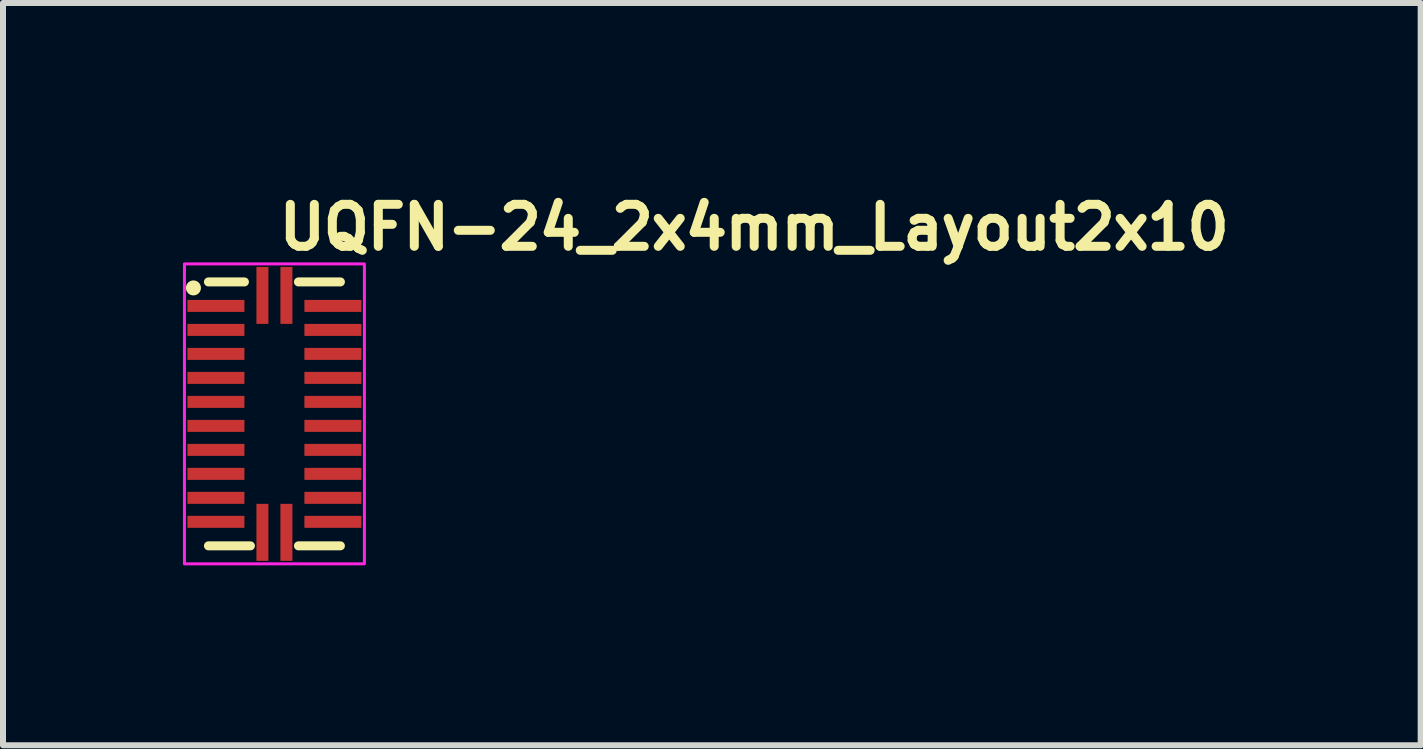
<source format=kicad_pcb>
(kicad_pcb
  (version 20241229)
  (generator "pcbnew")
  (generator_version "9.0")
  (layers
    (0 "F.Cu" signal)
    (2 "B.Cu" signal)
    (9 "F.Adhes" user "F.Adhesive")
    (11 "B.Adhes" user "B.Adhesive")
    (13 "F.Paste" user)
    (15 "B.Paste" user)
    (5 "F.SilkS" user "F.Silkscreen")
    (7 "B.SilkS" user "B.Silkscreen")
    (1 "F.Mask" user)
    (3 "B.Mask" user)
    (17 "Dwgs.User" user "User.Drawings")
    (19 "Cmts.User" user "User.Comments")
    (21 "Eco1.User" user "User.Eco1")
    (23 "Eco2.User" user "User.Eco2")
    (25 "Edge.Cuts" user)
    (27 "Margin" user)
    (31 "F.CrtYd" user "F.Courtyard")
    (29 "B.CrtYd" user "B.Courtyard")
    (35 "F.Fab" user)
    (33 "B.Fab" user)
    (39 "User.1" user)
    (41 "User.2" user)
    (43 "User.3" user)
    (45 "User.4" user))
  (footprint "UQFN-24_2x4mm_Layout2x10"
    (layer "F.Cu")
    (at 1.525 3.85)
    (property "Reference" "UQFN-24_2x4mm_Layout2x10" (at 0 -2.7 0) (unlocked yes) (layer "F.SilkS") (effects (font (size 0.7 0.7) (thickness 0.15)) (justify left bottom)))
    (attr smd)
    (fp_line (start -0.5 -2.2) (end -1.1 -2.2) (stroke (width 0.15) (type solid)) (layer "F.SilkS"))
    (fp_line (start -0.4 2.2) (end -1.1 2.2) (stroke (width 0.15) (type solid)) (layer "F.SilkS"))
    (fp_line (start 1.1 -2.2) (end 0.4 -2.2) (stroke (width 0.15) (type solid)) (layer "F.SilkS"))
    (fp_line (start 1.1 2.2) (end 0.4 2.2) (stroke (width 0.15) (type solid)) (layer "F.SilkS"))
    (fp_circle (center -1.35 -2.1) (end -1.3 -2.1) (stroke (width 0.15) (type solid)) (fill yes) (layer "F.SilkS"))
    (fp_rect (start -1.5 -2.5) (end 1.5 2.5) (stroke (width 0.05) (type solid)) (fill no) (layer "F.CrtYd"))
    (fp_rect (start -1 -2) (end 1 2) (stroke (width 0.1) (type solid)) (fill no) (layer "User.5"))
    (fp_line (start -1 -2) (end -1 2) (stroke (width 0.02) (type solid)) (layer "User.9"))
    (fp_line (start -1 2) (end 1 2) (stroke (width 0.02) (type solid)) (layer "User.9"))
    (fp_line (start 1 -2) (end -1 -2) (stroke (width 0.02) (type solid)) (layer "User.9"))
    (fp_line (start 1 2) (end 1 -2) (stroke (width 0.02) (type solid)) (layer "User.9"))
    (pad "1" smd rect (at -0.975 -1.8 270) (size 0.2 0.95) (layers "F.Cu" "F.Mask" "F.Paste"))
    (pad "2" smd rect (at -0.975 -1.4 270) (size 0.2 0.95) (layers "F.Cu" "F.Mask" "F.Paste"))
    (pad "3" smd rect (at -0.975 -1 270) (size 0.2 0.95) (layers "F.Cu" "F.Mask" "F.Paste"))
    (pad "4" smd rect (at -0.975 -0.6 270) (size 0.2 0.95) (layers "F.Cu" "F.Mask" "F.Paste"))
    (pad "5" smd rect (at -0.975 -0.2 270) (size 0.2 0.95) (layers "F.Cu" "F.Mask" "F.Paste"))
    (pad "6" smd rect (at -0.975 0.2 270) (size 0.2 0.95) (layers "F.Cu" "F.Mask" "F.Paste"))
    (pad "7" smd rect (at -0.975 0.6 270) (size 0.2 0.95) (layers "F.Cu" "F.Mask" "F.Paste"))
    (pad "8" smd rect (at -0.975 1 270) (size 0.2 0.95) (layers "F.Cu" "F.Mask" "F.Paste"))
    (pad "9" smd rect (at -0.975 1.4 270) (size 0.2 0.95) (layers "F.Cu" "F.Mask" "F.Paste"))
    (pad "10" smd rect (at -0.975 1.8 270) (size 0.2 0.95) (layers "F.Cu" "F.Mask" "F.Paste"))
    (pad "11" smd rect (at -0.2 1.975 180) (size 0.2 0.95) (layers "F.Cu" "F.Mask" "F.Paste"))
    (pad "12" smd rect (at 0.2 1.975 180) (size 0.2 0.95) (layers "F.Cu" "F.Mask" "F.Paste"))
    (pad "13" smd rect (at 0.975 1.8 270) (size 0.2 0.95) (layers "F.Cu" "F.Mask" "F.Paste"))
    (pad "14" smd rect (at 0.975 1.4 270) (size 0.2 0.95) (layers "F.Cu" "F.Mask" "F.Paste"))
    (pad "15" smd rect (at 0.975 1 270) (size 0.2 0.95) (layers "F.Cu" "F.Mask" "F.Paste"))
    (pad "16" smd rect (at 0.975 0.6 270) (size 0.2 0.95) (layers "F.Cu" "F.Mask" "F.Paste"))
    (pad "17" smd rect (at 0.975 0.2 270) (size 0.2 0.95) (layers "F.Cu" "F.Mask" "F.Paste"))
    (pad "18" smd rect (at 0.975 -0.2 270) (size 0.2 0.95) (layers "F.Cu" "F.Mask" "F.Paste"))
    (pad "19" smd rect (at 0.975 -0.6 270) (size 0.2 0.95) (layers "F.Cu" "F.Mask" "F.Paste"))
    (pad "20" smd rect (at 0.975 -1 270) (size 0.2 0.95) (layers "F.Cu" "F.Mask" "F.Paste"))
    (pad "21" smd rect (at 0.975 -1.4 270) (size 0.2 0.95) (layers "F.Cu" "F.Mask" "F.Paste"))
    (pad "22" smd rect (at 0.975 -1.8 270) (size 0.2 0.95) (layers "F.Cu" "F.Mask" "F.Paste"))
    (pad "23" smd rect (at 0.2 -1.975 180) (size 0.2 0.95) (layers "F.Cu" "F.Mask" "F.Paste"))
    (pad "24" smd rect (at -0.2 -1.975 180) (size 0.2 0.95) (layers "F.Cu" "F.Mask" "F.Paste")))
  (gr_rect
    (start -3 -3)
    (end 20.635 9.375)
    (stroke (width 0.1) (type default))
    (fill no)
    (layer "Edge.Cuts")))
</source>
